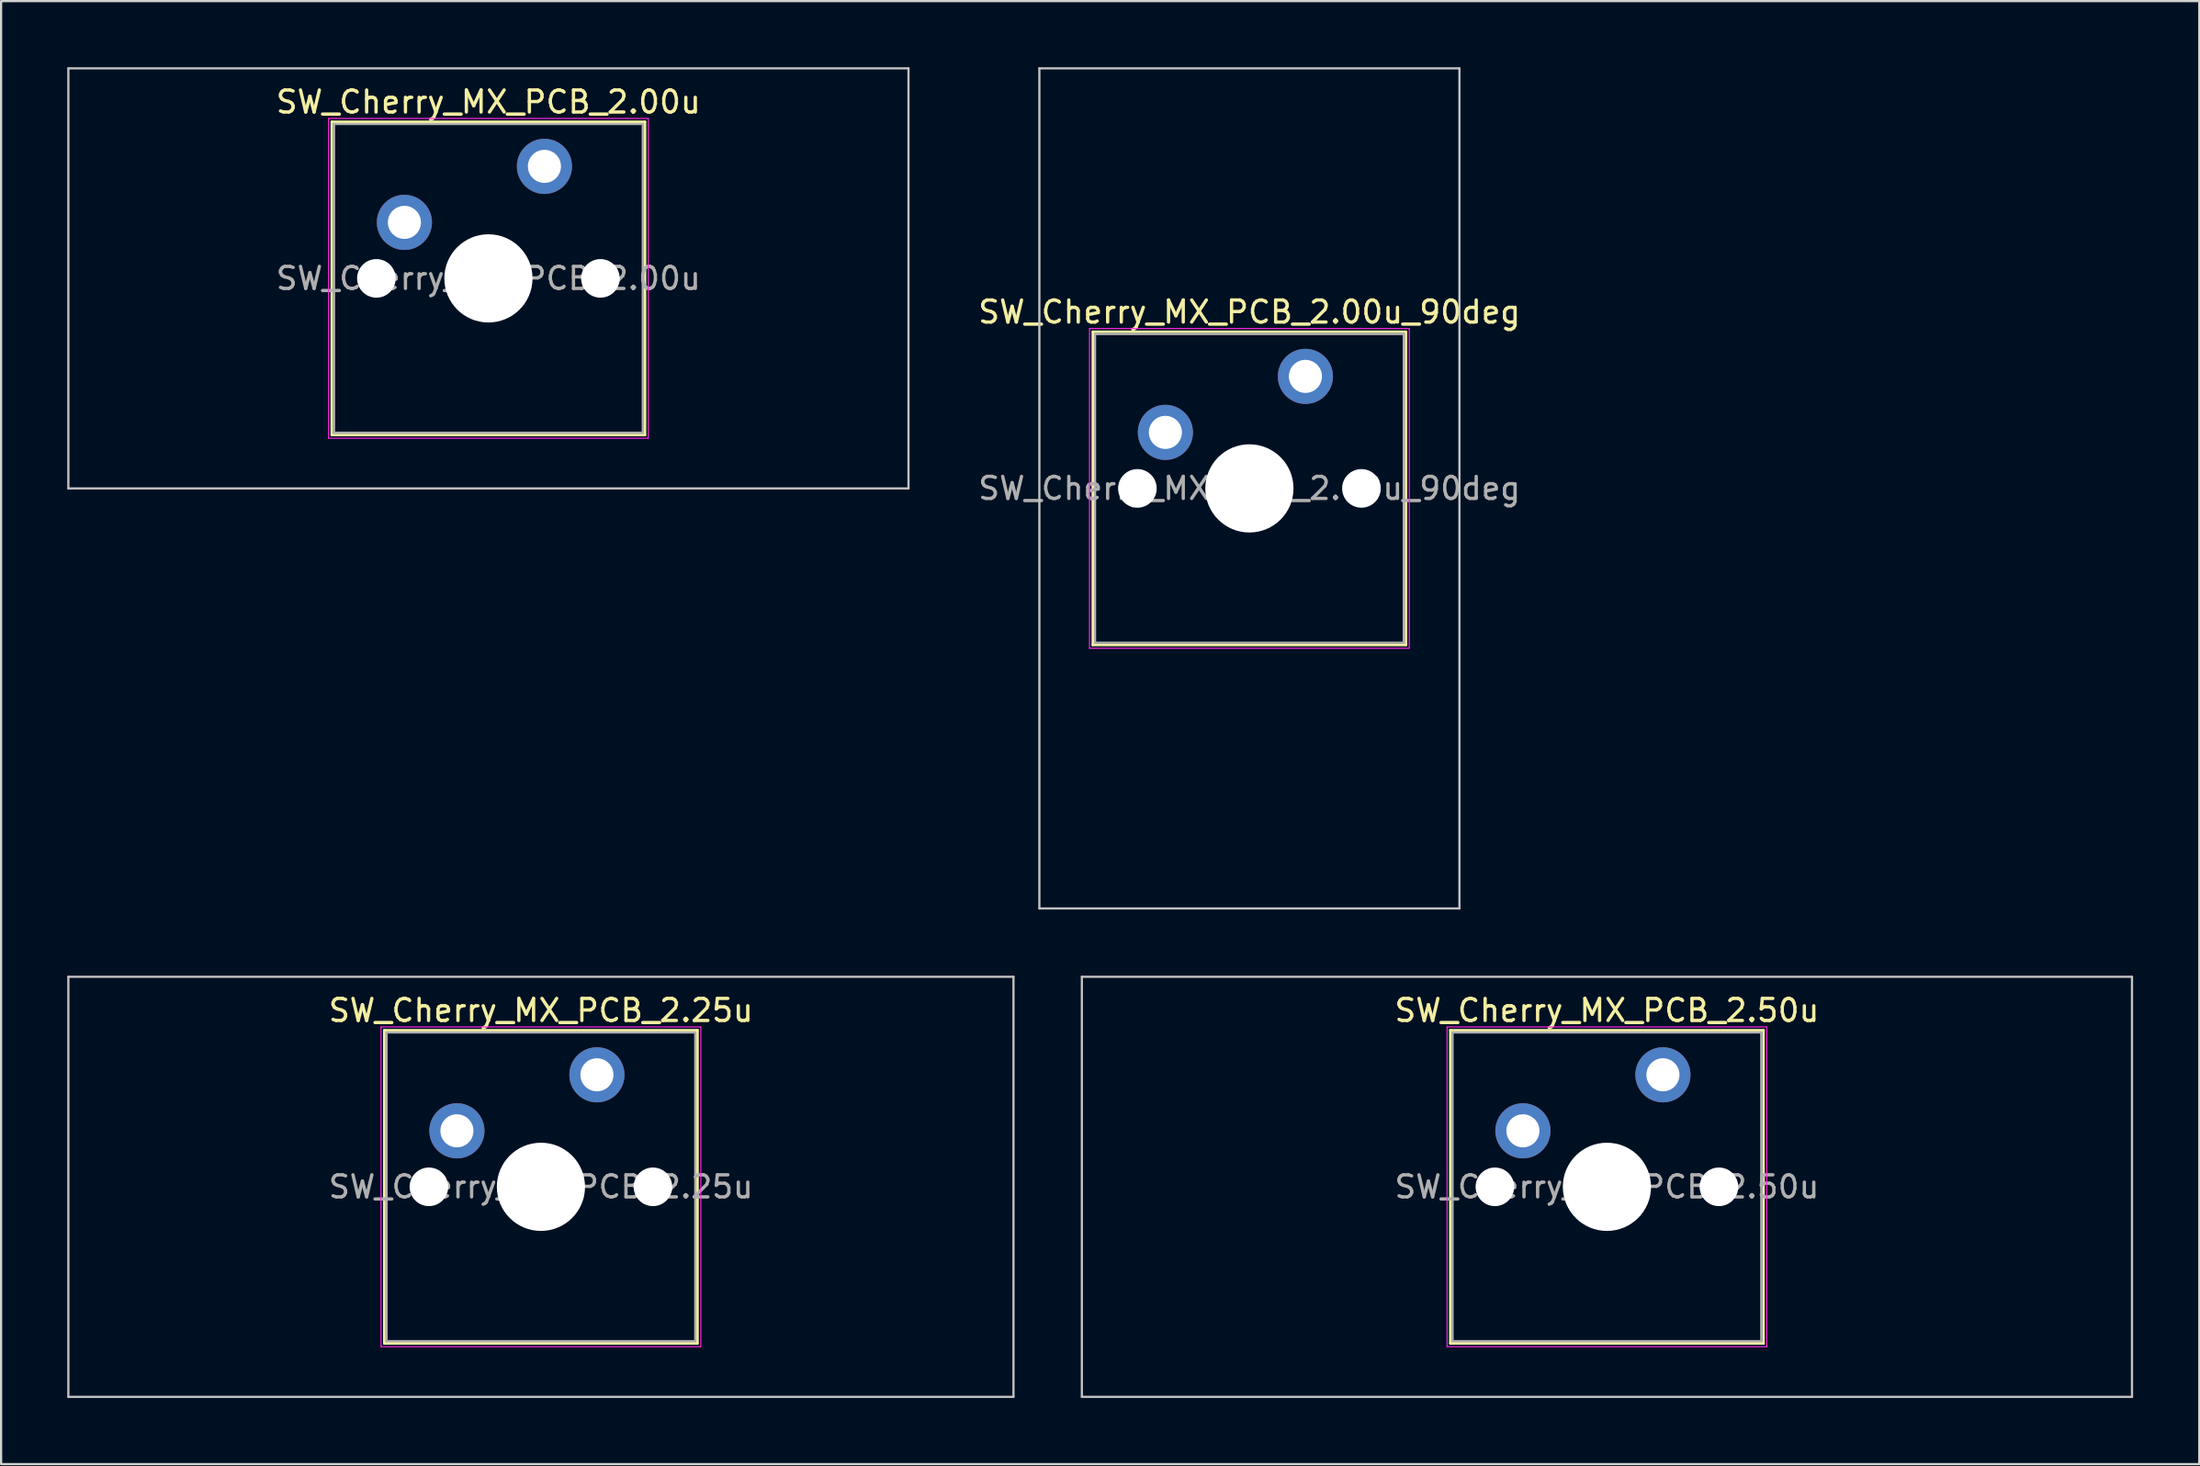
<source format=kicad_pcb>
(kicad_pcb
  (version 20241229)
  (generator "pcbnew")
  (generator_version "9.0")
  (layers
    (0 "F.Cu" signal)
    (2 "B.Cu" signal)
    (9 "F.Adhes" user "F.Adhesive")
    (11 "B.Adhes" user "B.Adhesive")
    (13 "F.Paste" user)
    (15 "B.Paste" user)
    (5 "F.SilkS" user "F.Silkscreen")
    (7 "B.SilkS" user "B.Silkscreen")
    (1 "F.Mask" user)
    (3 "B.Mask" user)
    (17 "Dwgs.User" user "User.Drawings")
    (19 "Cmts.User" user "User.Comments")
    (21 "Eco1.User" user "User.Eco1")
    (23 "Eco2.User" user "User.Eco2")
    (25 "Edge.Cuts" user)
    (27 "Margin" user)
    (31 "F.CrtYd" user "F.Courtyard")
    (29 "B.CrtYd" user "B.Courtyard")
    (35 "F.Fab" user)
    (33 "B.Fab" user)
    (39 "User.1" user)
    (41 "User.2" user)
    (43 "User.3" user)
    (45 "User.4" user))
  (footprint "SW_Cherry_MX_PCB_2.25u"
    (layer "F.Cu")
    (at 21.481 50.775)
    (property "Reference" "SW_Cherry_MX_PCB_2.25u" (at 0 -8 0) (layer "F.SilkS") (effects (font (size 1 1) (thickness 0.15))))
    (attr through_hole)
    (fp_line (start -7.1 -7.1) (end -7.1 7.1) (stroke (width 0.12) (type solid)) (layer "F.SilkS"))
    (fp_line (start -7.1 7.1) (end 7.1 7.1) (stroke (width 0.12) (type solid)) (layer "F.SilkS"))
    (fp_line (start 7.1 -7.1) (end -7.1 -7.1) (stroke (width 0.12) (type solid)) (layer "F.SilkS"))
    (fp_line (start 7.1 7.1) (end 7.1 -7.1) (stroke (width 0.12) (type solid)) (layer "F.SilkS"))
    (fp_line (start -21.431 -9.525) (end -21.431 9.525) (stroke (width 0.1) (type solid)) (layer "Dwgs.User"))
    (fp_line (start -21.431 9.525) (end 21.431 9.525) (stroke (width 0.1) (type solid)) (layer "Dwgs.User"))
    (fp_line (start 21.431 -9.525) (end -21.431 -9.525) (stroke (width 0.1) (type solid)) (layer "Dwgs.User"))
    (fp_line (start 21.431 9.525) (end 21.431 -9.525) (stroke (width 0.1) (type solid)) (layer "Dwgs.User"))
    (fp_line (start -7 -7) (end -7 7) (stroke (width 0.1) (type solid)) (layer "Eco1.User"))
    (fp_line (start -7 7) (end 7 7) (stroke (width 0.1) (type solid)) (layer "Eco1.User"))
    (fp_line (start 7 -7) (end -7 -7) (stroke (width 0.1) (type solid)) (layer "Eco1.User"))
    (fp_line (start 7 7) (end 7 -7) (stroke (width 0.1) (type solid)) (layer "Eco1.User"))
    (fp_line (start -7.25 -7.25) (end -7.25 7.25) (stroke (width 0.05) (type solid)) (layer "F.CrtYd"))
    (fp_line (start -7.25 7.25) (end 7.25 7.25) (stroke (width 0.05) (type solid)) (layer "F.CrtYd"))
    (fp_line (start 7.25 -7.25) (end -7.25 -7.25) (stroke (width 0.05) (type solid)) (layer "F.CrtYd"))
    (fp_line (start 7.25 7.25) (end 7.25 -7.25) (stroke (width 0.05) (type solid)) (layer "F.CrtYd"))
    (fp_line (start -7 -7) (end -7 7) (stroke (width 0.1) (type solid)) (layer "F.Fab"))
    (fp_line (start -7 7) (end 7 7) (stroke (width 0.1) (type solid)) (layer "F.Fab"))
    (fp_line (start 7 -7) (end -7 -7) (stroke (width 0.1) (type solid)) (layer "F.Fab"))
    (fp_line (start 7 7) (end 7 -7) (stroke (width 0.1) (type solid)) (layer "F.Fab"))
    (fp_text user "${REFERENCE}" (at 0 0 0) (layer "F.Fab") (effects (font (size 1 1) (thickness 0.15))))
    (pad "" np_thru_hole circle (at -5.08 0) (size 1.75 1.75) (drill 1.75) (layers "*.Cu" "*.Mask"))
    (pad "" smd circle (at -3.81 -2.54) (size 1.55 1.55) (layers "F.Mask"))
    (pad "" np_thru_hole circle (at 0 0) (size 4 4) (drill 4) (layers "*.Cu" "*.Mask"))
    (pad "" smd circle (at 2.54 -5.08) (size 1.55 1.55) (layers "F.Mask"))
    (pad "" np_thru_hole circle (at 5.08 0) (size 1.75 1.75) (drill 1.75) (layers "*.Cu" "*.Mask"))
    (pad "1" thru_hole circle (at -3.81 -2.54) (size 2.5 2.5) (drill 1.5) (layers "*.Cu" "B.Mask"))
    (pad "2" thru_hole circle (at 2.54 -5.08) (size 2.5 2.5) (drill 1.5) (layers "*.Cu" "B.Mask")))
  (footprint "SW_Cherry_MX_PCB_2.00u_90deg"
    (layer "F.Cu")
    (at 53.611 19.1)
    (property "Reference" "SW_Cherry_MX_PCB_2.00u_90deg" (at 0 -8 0) (layer "F.SilkS") (effects (font (size 1 1) (thickness 0.15))))
    (attr through_hole)
    (fp_line (start -7.1 -7.1) (end -7.1 7.1) (stroke (width 0.12) (type solid)) (layer "F.SilkS"))
    (fp_line (start -7.1 7.1) (end 7.1 7.1) (stroke (width 0.12) (type solid)) (layer "F.SilkS"))
    (fp_line (start 7.1 -7.1) (end -7.1 -7.1) (stroke (width 0.12) (type solid)) (layer "F.SilkS"))
    (fp_line (start 7.1 7.1) (end 7.1 -7.1) (stroke (width 0.12) (type solid)) (layer "F.SilkS"))
    (fp_line (start -9.525 -19.05) (end 9.525 -19.05) (stroke (width 0.1) (type solid)) (layer "Dwgs.User"))
    (fp_line (start -9.525 19.05) (end -9.525 -19.05) (stroke (width 0.1) (type solid)) (layer "Dwgs.User"))
    (fp_line (start 9.525 -19.05) (end 9.525 19.05) (stroke (width 0.1) (type solid)) (layer "Dwgs.User"))
    (fp_line (start 9.525 19.05) (end -9.525 19.05) (stroke (width 0.1) (type solid)) (layer "Dwgs.User"))
    (fp_line (start -7 -7) (end -7 7) (stroke (width 0.1) (type solid)) (layer "Eco1.User"))
    (fp_line (start -7 7) (end 7 7) (stroke (width 0.1) (type solid)) (layer "Eco1.User"))
    (fp_line (start 7 -7) (end -7 -7) (stroke (width 0.1) (type solid)) (layer "Eco1.User"))
    (fp_line (start 7 7) (end 7 -7) (stroke (width 0.1) (type solid)) (layer "Eco1.User"))
    (fp_line (start -7.25 -7.25) (end -7.25 7.25) (stroke (width 0.05) (type solid)) (layer "F.CrtYd"))
    (fp_line (start -7.25 7.25) (end 7.25 7.25) (stroke (width 0.05) (type solid)) (layer "F.CrtYd"))
    (fp_line (start 7.25 -7.25) (end -7.25 -7.25) (stroke (width 0.05) (type solid)) (layer "F.CrtYd"))
    (fp_line (start 7.25 7.25) (end 7.25 -7.25) (stroke (width 0.05) (type solid)) (layer "F.CrtYd"))
    (fp_line (start -7 -7) (end -7 7) (stroke (width 0.1) (type solid)) (layer "F.Fab"))
    (fp_line (start -7 7) (end 7 7) (stroke (width 0.1) (type solid)) (layer "F.Fab"))
    (fp_line (start 7 -7) (end -7 -7) (stroke (width 0.1) (type solid)) (layer "F.Fab"))
    (fp_line (start 7 7) (end 7 -7) (stroke (width 0.1) (type solid)) (layer "F.Fab"))
    (fp_text user "${REFERENCE}" (at 0 0 0) (layer "F.Fab") (effects (font (size 1 1) (thickness 0.15))))
    (pad "" np_thru_hole circle (at -5.08 0) (size 1.75 1.75) (drill 1.75) (layers "*.Cu" "*.Mask"))
    (pad "" smd circle (at -3.81 -2.54) (size 1.55 1.55) (layers "F.Mask"))
    (pad "" np_thru_hole circle (at 0 0) (size 4 4) (drill 4) (layers "*.Cu" "*.Mask"))
    (pad "" smd circle (at 2.54 -5.08) (size 1.55 1.55) (layers "F.Mask"))
    (pad "" np_thru_hole circle (at 5.08 0) (size 1.75 1.75) (drill 1.75) (layers "*.Cu" "*.Mask"))
    (pad "1" thru_hole circle (at -3.81 -2.54) (size 2.5 2.5) (drill 1.5) (layers "*.Cu" "B.Mask"))
    (pad "2" thru_hole circle (at 2.54 -5.08) (size 2.5 2.5) (drill 1.5) (layers "*.Cu" "B.Mask")))
  (footprint "SW_Cherry_MX_PCB_2.50u"
    (layer "F.Cu")
    (at 69.825 50.775)
    (property "Reference" "SW_Cherry_MX_PCB_2.50u" (at 0 -8 0) (layer "F.SilkS") (effects (font (size 1 1) (thickness 0.15))))
    (attr through_hole)
    (fp_line (start -7.1 -7.1) (end -7.1 7.1) (stroke (width 0.12) (type solid)) (layer "F.SilkS"))
    (fp_line (start -7.1 7.1) (end 7.1 7.1) (stroke (width 0.12) (type solid)) (layer "F.SilkS"))
    (fp_line (start 7.1 -7.1) (end -7.1 -7.1) (stroke (width 0.12) (type solid)) (layer "F.SilkS"))
    (fp_line (start 7.1 7.1) (end 7.1 -7.1) (stroke (width 0.12) (type solid)) (layer "F.SilkS"))
    (fp_line (start -23.812 -9.525) (end -23.812 9.525) (stroke (width 0.1) (type solid)) (layer "Dwgs.User"))
    (fp_line (start -23.812 9.525) (end 23.812 9.525) (stroke (width 0.1) (type solid)) (layer "Dwgs.User"))
    (fp_line (start 23.812 -9.525) (end -23.812 -9.525) (stroke (width 0.1) (type solid)) (layer "Dwgs.User"))
    (fp_line (start 23.812 9.525) (end 23.812 -9.525) (stroke (width 0.1) (type solid)) (layer "Dwgs.User"))
    (fp_line (start -7 -7) (end -7 7) (stroke (width 0.1) (type solid)) (layer "Eco1.User"))
    (fp_line (start -7 7) (end 7 7) (stroke (width 0.1) (type solid)) (layer "Eco1.User"))
    (fp_line (start 7 -7) (end -7 -7) (stroke (width 0.1) (type solid)) (layer "Eco1.User"))
    (fp_line (start 7 7) (end 7 -7) (stroke (width 0.1) (type solid)) (layer "Eco1.User"))
    (fp_line (start -7.25 -7.25) (end -7.25 7.25) (stroke (width 0.05) (type solid)) (layer "F.CrtYd"))
    (fp_line (start -7.25 7.25) (end 7.25 7.25) (stroke (width 0.05) (type solid)) (layer "F.CrtYd"))
    (fp_line (start 7.25 -7.25) (end -7.25 -7.25) (stroke (width 0.05) (type solid)) (layer "F.CrtYd"))
    (fp_line (start 7.25 7.25) (end 7.25 -7.25) (stroke (width 0.05) (type solid)) (layer "F.CrtYd"))
    (fp_line (start -7 -7) (end -7 7) (stroke (width 0.1) (type solid)) (layer "F.Fab"))
    (fp_line (start -7 7) (end 7 7) (stroke (width 0.1) (type solid)) (layer "F.Fab"))
    (fp_line (start 7 -7) (end -7 -7) (stroke (width 0.1) (type solid)) (layer "F.Fab"))
    (fp_line (start 7 7) (end 7 -7) (stroke (width 0.1) (type solid)) (layer "F.Fab"))
    (fp_text user "${REFERENCE}" (at 0 0 0) (layer "F.Fab") (effects (font (size 1 1) (thickness 0.15))))
    (pad "" np_thru_hole circle (at -5.08 0) (size 1.75 1.75) (drill 1.75) (layers "*.Cu" "*.Mask"))
    (pad "" smd circle (at -3.81 -2.54) (size 1.55 1.55) (layers "F.Mask"))
    (pad "" np_thru_hole circle (at 0 0) (size 4 4) (drill 4) (layers "*.Cu" "*.Mask"))
    (pad "" smd circle (at 2.54 -5.08) (size 1.55 1.55) (layers "F.Mask"))
    (pad "" np_thru_hole circle (at 5.08 0) (size 1.75 1.75) (drill 1.75) (layers "*.Cu" "*.Mask"))
    (pad "1" thru_hole circle (at -3.81 -2.54) (size 2.5 2.5) (drill 1.5) (layers "*.Cu" "B.Mask"))
    (pad "2" thru_hole circle (at 2.54 -5.08) (size 2.5 2.5) (drill 1.5) (layers "*.Cu" "B.Mask")))
  (footprint "SW_Cherry_MX_PCB_2.00u"
    (layer "F.Cu")
    (at 19.1 9.575)
    (property "Reference" "SW_Cherry_MX_PCB_2.00u" (at 0 -8 0) (layer "F.SilkS") (effects (font (size 1 1) (thickness 0.15))))
    (attr through_hole)
    (fp_line (start -7.1 -7.1) (end -7.1 7.1) (stroke (width 0.12) (type solid)) (layer "F.SilkS"))
    (fp_line (start -7.1 7.1) (end 7.1 7.1) (stroke (width 0.12) (type solid)) (layer "F.SilkS"))
    (fp_line (start 7.1 -7.1) (end -7.1 -7.1) (stroke (width 0.12) (type solid)) (layer "F.SilkS"))
    (fp_line (start 7.1 7.1) (end 7.1 -7.1) (stroke (width 0.12) (type solid)) (layer "F.SilkS"))
    (fp_line (start -19.05 -9.525) (end -19.05 9.525) (stroke (width 0.1) (type solid)) (layer "Dwgs.User"))
    (fp_line (start -19.05 9.525) (end 19.05 9.525) (stroke (width 0.1) (type solid)) (layer "Dwgs.User"))
    (fp_line (start 19.05 -9.525) (end -19.05 -9.525) (stroke (width 0.1) (type solid)) (layer "Dwgs.User"))
    (fp_line (start 19.05 9.525) (end 19.05 -9.525) (stroke (width 0.1) (type solid)) (layer "Dwgs.User"))
    (fp_line (start -7 -7) (end -7 7) (stroke (width 0.1) (type solid)) (layer "Eco1.User"))
    (fp_line (start -7 7) (end 7 7) (stroke (width 0.1) (type solid)) (layer "Eco1.User"))
    (fp_line (start 7 -7) (end -7 -7) (stroke (width 0.1) (type solid)) (layer "Eco1.User"))
    (fp_line (start 7 7) (end 7 -7) (stroke (width 0.1) (type solid)) (layer "Eco1.User"))
    (fp_line (start -7.25 -7.25) (end -7.25 7.25) (stroke (width 0.05) (type solid)) (layer "F.CrtYd"))
    (fp_line (start -7.25 7.25) (end 7.25 7.25) (stroke (width 0.05) (type solid)) (layer "F.CrtYd"))
    (fp_line (start 7.25 -7.25) (end -7.25 -7.25) (stroke (width 0.05) (type solid)) (layer "F.CrtYd"))
    (fp_line (start 7.25 7.25) (end 7.25 -7.25) (stroke (width 0.05) (type solid)) (layer "F.CrtYd"))
    (fp_line (start -7 -7) (end -7 7) (stroke (width 0.1) (type solid)) (layer "F.Fab"))
    (fp_line (start -7 7) (end 7 7) (stroke (width 0.1) (type solid)) (layer "F.Fab"))
    (fp_line (start 7 -7) (end -7 -7) (stroke (width 0.1) (type solid)) (layer "F.Fab"))
    (fp_line (start 7 7) (end 7 -7) (stroke (width 0.1) (type solid)) (layer "F.Fab"))
    (fp_text user "${REFERENCE}" (at 0 0 0) (layer "F.Fab") (effects (font (size 1 1) (thickness 0.15))))
    (pad "" np_thru_hole circle (at -5.08 0) (size 1.75 1.75) (drill 1.75) (layers "*.Cu" "*.Mask"))
    (pad "" smd circle (at -3.81 -2.54) (size 1.55 1.55) (layers "F.Mask"))
    (pad "" np_thru_hole circle (at 0 0) (size 4 4) (drill 4) (layers "*.Cu" "*.Mask"))
    (pad "" smd circle (at 2.54 -5.08) (size 1.55 1.55) (layers "F.Mask"))
    (pad "" np_thru_hole circle (at 5.08 0) (size 1.75 1.75) (drill 1.75) (layers "*.Cu" "*.Mask"))
    (pad "1" thru_hole circle (at -3.81 -2.54) (size 2.5 2.5) (drill 1.5) (layers "*.Cu" "B.Mask"))
    (pad "2" thru_hole circle (at 2.54 -5.08) (size 2.5 2.5) (drill 1.5) (layers "*.Cu" "B.Mask")))
  (gr_rect
    (start -3 -3)
    (end 96.688 63.35)
    (stroke (width 0.1) (type default))
    (fill no)
    (layer "Edge.Cuts")))
</source>
